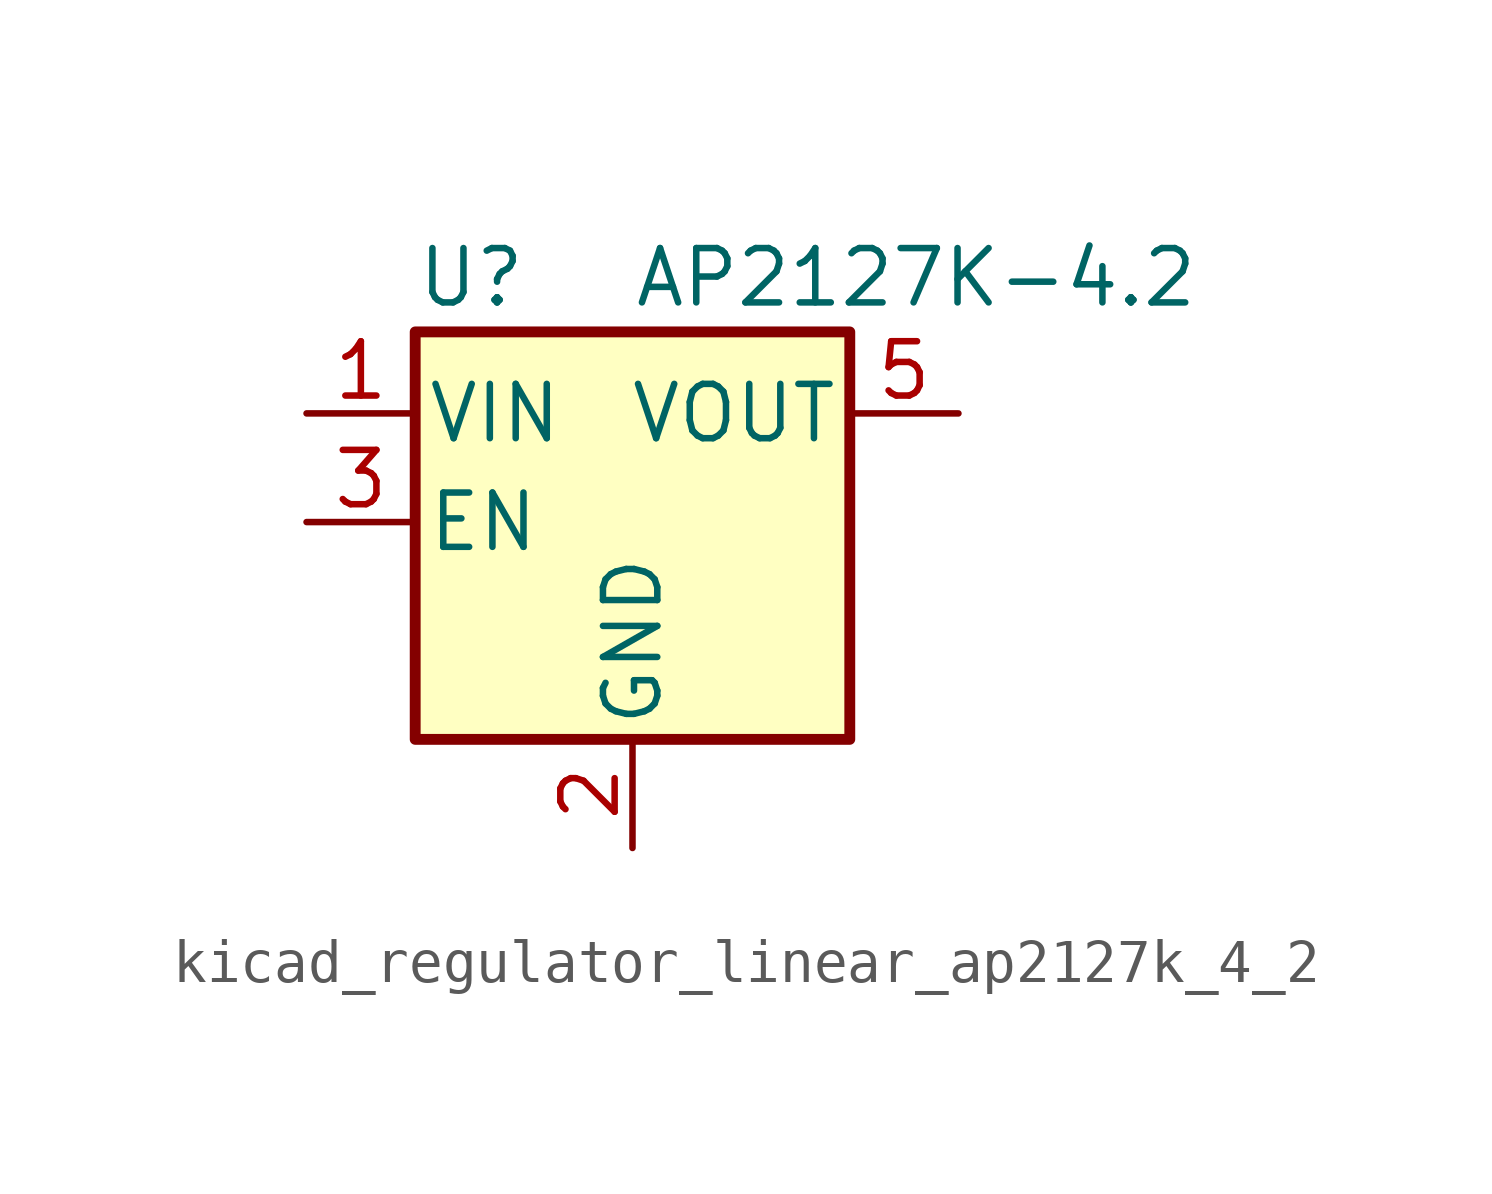
<source format=kicad_sym>
(kicad_symbol_lib
  (version 20220914)
  (generator kicad_symbol_editor)
  (symbol "kicad_regulator_linear_ap2127k_4_2"
    (pin_names
      (offset 0.254))
    (property "Reference" "U"
      (at -5.08 5.715 0)
      (effects (font (size 1.27 1.27)) (justify left)))
    (property "Value" "AP2127K-4.2"
      (at 0 5.715 0)
      (effects (font (size 1.27 1.27)) (justify left)))
    (symbol "kicad_regulator_linear_ap2127k_4_2_0_1"
      (rectangle (start -5.08 4.445) (end 5.08 -5.08) (stroke (width 0.254) (type default)) (fill (type background))))
    (symbol "kicad_regulator_linear_ap2127k_4_2_1_1"
      (pin power_in line (at -7.62 2.54 0) (length 2.54) (name "VIN" (effects (font (size 1.27 1.27)))) (number "1" (effects (font (size 1.27 1.27)))))
      (pin power_in line (at 0 -7.62 90) (length 2.54) (name "GND" (effects (font (size 1.27 1.27)))) (number "2" (effects (font (size 1.27 1.27)))))
      (pin input line (at -7.62 0 0) (length 2.54) (name "EN" (effects (font (size 1.27 1.27)))) (number "3" (effects (font (size 1.27 1.27)))))
      (pin no_connect line (at 5.08 0 180) (length 2.54) hide (name "NC" (effects (font (size 1.27 1.27)))) (number "4" (effects (font (size 1.27 1.27)))))
      (pin power_out line (at 7.62 2.54 180) (length 2.54) (name "VOUT" (effects (font (size 1.27 1.27)))) (number "5" (effects (font (size 1.27 1.27))))))))
</source>
